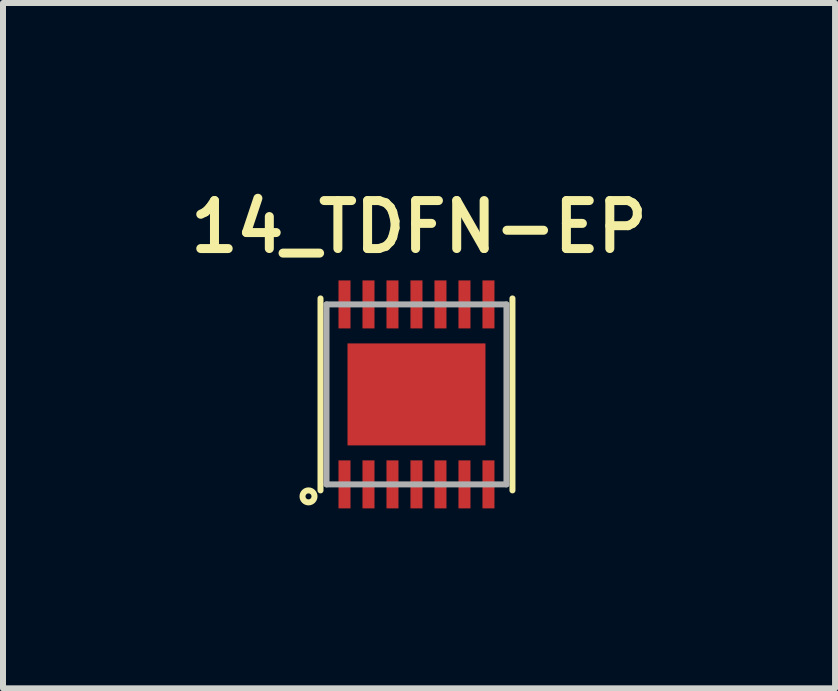
<source format=kicad_pcb>
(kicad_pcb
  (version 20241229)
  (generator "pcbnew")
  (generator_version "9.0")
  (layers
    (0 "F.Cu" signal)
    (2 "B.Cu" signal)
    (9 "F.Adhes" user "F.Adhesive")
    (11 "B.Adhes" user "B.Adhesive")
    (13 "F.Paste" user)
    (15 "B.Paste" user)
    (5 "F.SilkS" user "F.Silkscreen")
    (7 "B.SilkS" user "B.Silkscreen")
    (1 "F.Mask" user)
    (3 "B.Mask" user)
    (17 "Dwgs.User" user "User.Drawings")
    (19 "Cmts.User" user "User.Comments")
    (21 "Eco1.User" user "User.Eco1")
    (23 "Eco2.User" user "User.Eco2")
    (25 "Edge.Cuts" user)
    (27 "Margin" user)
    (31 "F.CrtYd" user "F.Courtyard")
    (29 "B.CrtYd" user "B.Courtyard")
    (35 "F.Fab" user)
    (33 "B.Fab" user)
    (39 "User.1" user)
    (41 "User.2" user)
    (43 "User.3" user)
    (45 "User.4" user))
  (footprint "14_TDFN-EP"
    (layer "F.Cu")
    (at 3.893 3.525)
    (property "Reference" "14_TDFN-EP" (at 0.042 -2.794 0) (layer "F.SilkS") (effects (font (size 0.8 0.8) (thickness 0.15))))
    (attr through_hole)
    (fp_line (start -1.6 -1.6) (end -1.6 1.6) (stroke (width 0.1) (type solid)) (layer "F.SilkS"))
    (fp_line (start 1.6 -1.6) (end 1.6 1.6) (stroke (width 0.1) (type solid)) (layer "F.SilkS"))
    (fp_circle (center -1.8 1.7) (end -1.8 1.8) (stroke (width 0.1) (type solid)) (fill no) (layer "F.SilkS"))
    (fp_line (start -1.5 -1.5) (end -1.5 1.5) (stroke (width 0.1) (type solid)) (layer "F.Fab"))
    (fp_line (start -1.5 1.5) (end 1.5 1.5) (stroke (width 0.1) (type solid)) (layer "F.Fab"))
    (fp_line (start 1.5 -1.5) (end -1.5 -1.5) (stroke (width 0.1) (type solid)) (layer "F.Fab"))
    (fp_line (start 1.5 1.5) (end 1.5 -1.5) (stroke (width 0.1) (type solid)) (layer "F.Fab"))
    (pad "0" smd rect (at -0.55 -0.4) (size 1 0.75) (layers "F.Cu" "F.Paste"))
    (pad "0" smd rect (at -0.55 0.4) (size 1 0.75) (layers "F.Cu" "F.Paste"))
    (pad "0" smd rect (at 0 0) (size 2.3 1.7) (layers "F.Cu" "F.Mask"))
    (pad "0" smd rect (at 0.55 -0.4) (size 1 0.75) (layers "F.Cu" "F.Paste"))
    (pad "0" smd rect (at 0.55 0.4) (size 1 0.75) (layers "F.Cu" "F.Paste"))
    (pad "1" smd rect (at -1.2 1.5) (size 0.2 0.8) (layers "F.Cu" "F.Mask" "F.Paste"))
    (pad "2" smd rect (at -0.8 1.5) (size 0.2 0.8) (layers "F.Cu" "F.Mask" "F.Paste"))
    (pad "3" smd rect (at -0.4 1.5) (size 0.2 0.8) (layers "F.Cu" "F.Mask" "F.Paste"))
    (pad "4" smd rect (at 0 1.5) (size 0.2 0.8) (layers "F.Cu" "F.Mask" "F.Paste"))
    (pad "5" smd rect (at 0.4 1.5) (size 0.2 0.8) (layers "F.Cu" "F.Mask" "F.Paste"))
    (pad "6" smd rect (at 0.8 1.5) (size 0.2 0.8) (layers "F.Cu" "F.Mask" "F.Paste"))
    (pad "7" smd rect (at 1.2 1.5) (size 0.2 0.8) (layers "F.Cu" "F.Mask" "F.Paste"))
    (pad "8" smd rect (at 1.2 -1.5) (size 0.2 0.8) (layers "F.Cu" "F.Mask" "F.Paste"))
    (pad "9" smd rect (at 0.8 -1.5) (size 0.2 0.8) (layers "F.Cu" "F.Mask" "F.Paste"))
    (pad "10" smd rect (at 0.4 -1.5) (size 0.2 0.8) (layers "F.Cu" "F.Mask" "F.Paste"))
    (pad "11" smd rect (at 0 -1.5) (size 0.2 0.8) (layers "F.Cu" "F.Mask" "F.Paste"))
    (pad "12" smd rect (at -0.4 -1.5) (size 0.2 0.8) (layers "F.Cu" "F.Mask" "F.Paste"))
    (pad "13" smd rect (at -0.8 -1.5) (size 0.2 0.8) (layers "F.Cu" "F.Mask" "F.Paste"))
    (pad "14" smd rect (at -1.2 -1.5) (size 0.2 0.8) (layers "F.Cu" "F.Mask" "F.Paste")))
  (gr_rect
    (start -3 -3)
    (end 10.871 8.425)
    (stroke (width 0.1) (type default))
    (fill no)
    (layer "Edge.Cuts")))
</source>
